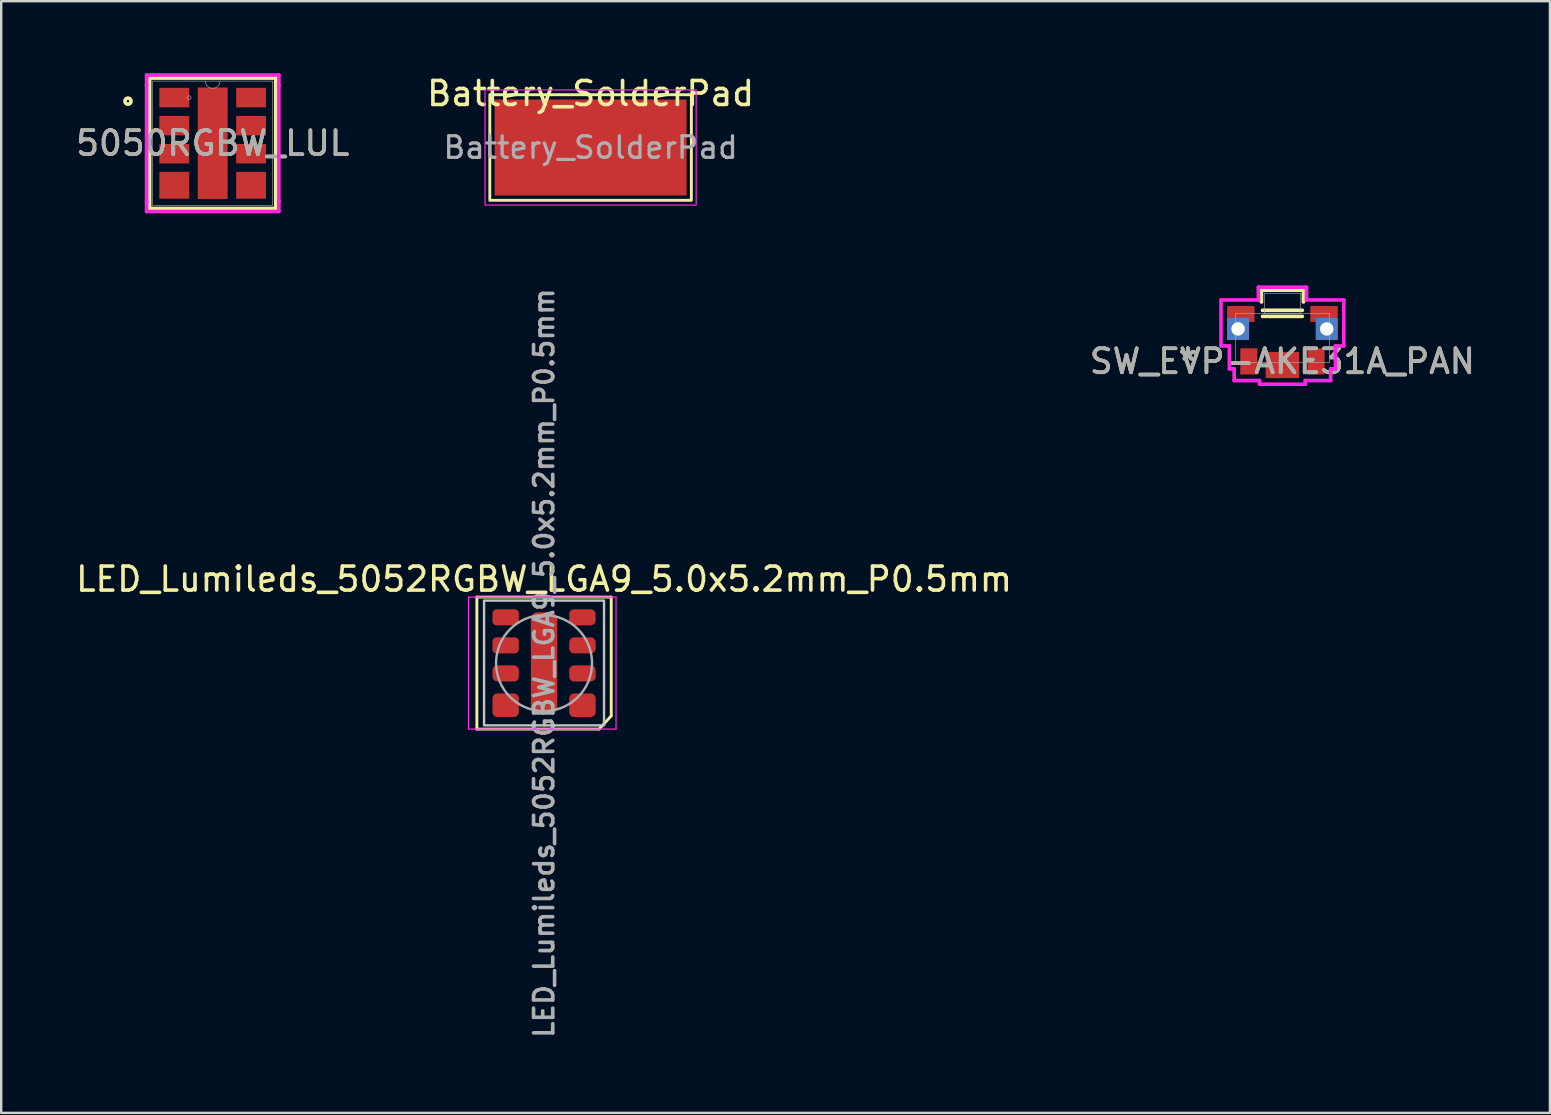
<source format=kicad_pcb>
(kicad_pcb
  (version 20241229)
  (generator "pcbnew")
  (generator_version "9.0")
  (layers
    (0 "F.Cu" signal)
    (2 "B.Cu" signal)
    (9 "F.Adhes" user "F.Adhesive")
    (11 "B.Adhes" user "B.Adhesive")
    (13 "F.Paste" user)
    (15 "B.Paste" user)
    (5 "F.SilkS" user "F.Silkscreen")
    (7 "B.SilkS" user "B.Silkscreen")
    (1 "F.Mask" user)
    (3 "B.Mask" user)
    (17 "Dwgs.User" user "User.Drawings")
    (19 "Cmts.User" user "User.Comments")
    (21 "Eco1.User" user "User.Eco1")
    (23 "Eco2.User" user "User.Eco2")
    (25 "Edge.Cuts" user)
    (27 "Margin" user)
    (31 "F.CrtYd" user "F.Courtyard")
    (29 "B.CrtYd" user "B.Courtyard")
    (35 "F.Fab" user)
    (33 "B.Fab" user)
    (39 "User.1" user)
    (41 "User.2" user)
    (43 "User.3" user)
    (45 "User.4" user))
  (footprint "5050RGBW_LUL"
    (layer "F.Cu")
    (at 5.815 2.921)
    (property "Reference" "5050RGBW_LUL" (at 0 0 0) (unlocked yes) (layer "F.SilkS") (effects (font (size 1 1) (thickness 0.15))))
    (attr smd)
    (fp_line (start -2.629 -2.718) (end -2.629 2.718) (stroke (width 0.152) (type solid)) (layer "F.SilkS"))
    (fp_line (start -2.629 2.718) (end 2.629 2.718) (stroke (width 0.152) (type solid)) (layer "F.SilkS"))
    (fp_line (start 2.629 -2.718) (end -2.629 -2.718) (stroke (width 0.152) (type solid)) (layer "F.SilkS"))
    (fp_line (start 2.629 2.718) (end 2.629 -2.718) (stroke (width 0.152) (type solid)) (layer "F.SilkS"))
    (fp_circle (center -3.531 -1.755) (end -3.404 -1.755) (stroke (width 0.152) (type solid)) (fill no) (layer "F.SilkS"))
    (fp_poly (pts (xy -0.522 -2.224) (xy -0.522 -0.875) (xy 0.522 -0.875) (xy 0.522 -2.224)) (stroke (width 0) (type solid)) (fill yes) (layer "F.Paste"))
    (fp_poly (pts (xy -0.522 -0.675) (xy -0.522 0.675) (xy 0.522 0.675) (xy 0.522 -0.675)) (stroke (width 0) (type solid)) (fill yes) (layer "F.Paste"))
    (fp_poly (pts (xy -0.522 0.875) (xy -0.522 2.224) (xy 0.522 2.224) (xy 0.522 0.875)) (stroke (width 0) (type solid)) (fill yes) (layer "F.Paste"))
    (fp_line (start -2.756 -2.845) (end 2.756 -2.845) (stroke (width 0.152) (type solid)) (layer "F.CrtYd"))
    (fp_line (start -2.756 -2.415) (end -2.756 -2.845) (stroke (width 0.152) (type solid)) (layer "F.CrtYd"))
    (fp_line (start -2.756 -2.415) (end -2.756 -2.415) (stroke (width 0.152) (type solid)) (layer "F.CrtYd"))
    (fp_line (start -2.756 2.415) (end -2.756 -2.415) (stroke (width 0.152) (type solid)) (layer "F.CrtYd"))
    (fp_line (start -2.756 2.415) (end -2.756 2.415) (stroke (width 0.152) (type solid)) (layer "F.CrtYd"))
    (fp_line (start -2.756 2.845) (end -2.756 2.415) (stroke (width 0.152) (type solid)) (layer "F.CrtYd"))
    (fp_line (start 2.756 -2.845) (end 2.756 -2.415) (stroke (width 0.152) (type solid)) (layer "F.CrtYd"))
    (fp_line (start 2.756 -2.415) (end 2.756 -2.415) (stroke (width 0.152) (type solid)) (layer "F.CrtYd"))
    (fp_line (start 2.756 -2.415) (end 2.756 2.415) (stroke (width 0.152) (type solid)) (layer "F.CrtYd"))
    (fp_line (start 2.756 2.415) (end 2.756 2.415) (stroke (width 0.152) (type solid)) (layer "F.CrtYd"))
    (fp_line (start 2.756 2.415) (end 2.756 2.845) (stroke (width 0.152) (type solid)) (layer "F.CrtYd"))
    (fp_line (start 2.756 2.845) (end -2.756 2.845) (stroke (width 0.152) (type solid)) (layer "F.CrtYd"))
    (fp_line (start -2.502 -2.591) (end -2.502 2.591) (stroke (width 0.025) (type solid)) (layer "F.Fab"))
    (fp_line (start -2.502 2.591) (end 2.502 2.591) (stroke (width 0.025) (type solid)) (layer "F.Fab"))
    (fp_line (start 2.502 -2.591) (end -2.502 -2.591) (stroke (width 0.025) (type solid)) (layer "F.Fab"))
    (fp_line (start 2.502 2.591) (end 2.502 -2.591) (stroke (width 0.025) (type solid)) (layer "F.Fab"))
    (fp_arc (start 0.3048 -2.5908) (mid 0 -2.286) (end -0.3048 -2.5908) (stroke (width 0.0254) (type solid)) (layer "F.Fab"))
    (fp_circle (center -0.978 -1.904) (end -0.902 -1.904) (stroke (width 0.025) (type solid)) (fill no) (layer "F.Fab"))
    (fp_text user "${REFERENCE}" (at 0 0 0) (unlocked yes) (layer "F.Fab") (effects (font (size 1 1) (thickness 0.15))))
    (pad "1" smd rect (at -1.6 -1.904) (size 1.245 0.813) (layers "F.Cu" "F.Mask" "F.Paste"))
    (pad "2" smd rect (at 1.6 -1.904) (size 1.245 0.813) (layers "F.Cu" "F.Mask" "F.Paste"))
    (pad "3" smd rect (at -1.6 -0.734) (size 1.245 0.813) (layers "F.Cu" "F.Mask" "F.Paste"))
    (pad "4" smd rect (at 1.6 -0.734) (size 1.245 0.813) (layers "F.Cu" "F.Mask" "F.Paste"))
    (pad "5" smd rect (at -1.6 0.436) (size 1.245 0.813) (layers "F.Cu" "F.Mask" "F.Paste"))
    (pad "6" smd rect (at 1.6 0.436) (size 1.245 0.813) (layers "F.Cu" "F.Mask" "F.Paste"))
    (pad "7" smd rect (at -1.6 1.751) (size 1.245 1.118) (layers "F.Cu" "F.Mask" "F.Paste"))
    (pad "8" smd rect (at 1.6 1.751) (size 1.245 1.118) (layers "F.Cu" "F.Mask" "F.Paste"))
    (pad "9" smd rect (at 0 0) (size 1.245 4.648) (layers "F.Cu" "F.Mask")))
  (footprint "LED_Lumileds_5052RGBW_LGA9_5.0x5.2mm_P0.5mm"
    (layer "F.Cu")
    (at 18.025 24.182)
    (property "Reference" "LED_Lumileds_5052RGBW_LGA9_5.0x5.2mm_P0.5mm" (at 1.6 -3.095 0) (layer "F.SilkS") (effects (font (size 1 1) (thickness 0.15))))
    (attr smd)
    (fp_line (start -1.2 -2.345) (end -1.2 3.15) (stroke (width 0.12) (type default)) (layer "F.SilkS"))
    (fp_line (start 3.895 3.155) (end -1.2 3.155) (stroke (width 0.12) (type solid)) (layer "F.SilkS"))
    (fp_line (start 4.4 -2.345) (end -1.2 -2.345) (stroke (width 0.12) (type solid)) (layer "F.SilkS"))
    (fp_line (start 4.4 2.605) (end 3.9 3.15) (stroke (width 0.12) (type default)) (layer "F.SilkS"))
    (fp_line (start 4.4 2.605) (end 4.4 -2.345) (stroke (width 0.12) (type solid)) (layer "F.SilkS"))
    (fp_rect (start -0.9 -2.2) (end 4.1 3) (stroke (width 0.1) (type solid)) (fill no) (layer "Dwgs.User"))
    (fp_line (start -1.55 -2.345) (end -1.55 3.15) (stroke (width 0.05) (type solid)) (layer "F.CrtYd"))
    (fp_line (start -1.55 3.155) (end 4.6 3.155) (stroke (width 0.05) (type solid)) (layer "F.CrtYd"))
    (fp_line (start 4.6 -2.345) (end -1.55 -2.345) (stroke (width 0.05) (type solid)) (layer "F.CrtYd"))
    (fp_line (start 4.6 3.155) (end 4.6 -2.345) (stroke (width 0.05) (type solid)) (layer "F.CrtYd"))
    (fp_circle (center 1.6 0.405) (end 1.6 -1.595) (stroke (width 0.1) (type solid)) (fill no) (layer "F.Fab"))
    (fp_text user "${REFERENCE}" (at 1.6 0.405 90) (layer "F.Fab") (effects (font (size 0.8 0.8) (thickness 0.15))))
    (pad "1" smd roundrect (at 0 -1.505) (size 1.1 0.67) (layers "F.Cu" "F.Mask" "F.Paste") (roundrect_rratio 0.25))
    (pad "2" smd roundrect (at 3.2 -1.505) (size 1.1 0.67) (layers "F.Cu" "F.Mask" "F.Paste") (roundrect_rratio 0.299))
    (pad "3" smd roundrect (at 0 -0.335) (size 1.1 0.67) (layers "F.Cu" "F.Mask" "F.Paste") (roundrect_rratio 0.25))
    (pad "4" smd roundrect (at 3.2 -0.335) (size 1.1 0.67) (layers "F.Cu" "F.Mask" "F.Paste") (roundrect_rratio 0.299))
    (pad "5" smd roundrect (at 0 0.835) (size 1.1 0.67) (layers "F.Cu" "F.Mask" "F.Paste") (roundrect_rratio 0.299))
    (pad "6" smd roundrect (at 3.2 0.835) (size 1.1 0.67) (layers "F.Cu" "F.Mask" "F.Paste") (roundrect_rratio 0.299))
    (pad "7" smd roundrect (at 0 2.16) (size 1.1 0.98) (layers "F.Cu" "F.Mask" "F.Paste") (roundrect_rratio 0.204))
    (pad "8" smd roundrect (at 3.2 2.16) (size 1.1 0.98) (layers "F.Cu" "F.Mask" "F.Paste") (roundrect_rratio 0.204))
    (pad "9" smd roundrect (at 1.6 0.405) (size 1.1 4.24) (layers "F.Cu" "F.Mask" "F.Paste") (roundrect_rratio 0.25)))
  (footprint "SW_EVP-AKE31A_PAN"
    (layer "F.Cu")
    (at 50.399 11.039)
    (property "Reference" "SW_EVP-AKE31A_PAN" (at 0 0.972 0) (unlocked yes) (layer "F.SilkS") (effects (font (size 1 1) (thickness 0.15))))
    (attr smd)
    (fp_poly (pts (xy -1.162 -1.333) (xy -2.305 -1.333) (xy -2.305 -0.673) (xy -1.162 -0.673)) (stroke (width 0) (type solid)) (fill yes) (layer "F.Cu"))
    (fp_poly (pts (xy 2.305 -1.333) (xy 1.162 -1.333) (xy 1.162 -0.673) (xy 2.305 -0.673)) (stroke (width 0) (type solid)) (fill yes) (layer "F.Cu"))
    (fp_poly (pts (xy -1.162 -1.333) (xy -2.305 -1.333) (xy -2.305 -0.673) (xy -1.162 -0.673)) (stroke (width 0) (type solid)) (fill yes) (layer "F.Mask"))
    (fp_poly (pts (xy 2.305 -1.333) (xy 1.162 -1.333) (xy 1.162 -0.673) (xy 2.305 -0.673)) (stroke (width 0) (type solid)) (fill yes) (layer "F.Mask"))
    (fp_line (start -0.876 -1.994) (end -0.876 -1.504) (stroke (width 0.152) (type solid)) (layer "F.SilkS"))
    (fp_line (start -0.829 -0.902) (end 0.829 -0.902) (stroke (width 0.152) (type solid)) (layer "F.SilkS"))
    (fp_line (start 0.829 -1.156) (end -0.829 -1.156) (stroke (width 0.152) (type solid)) (layer "F.SilkS"))
    (fp_line (start 0.876 -1.994) (end -0.876 -1.994) (stroke (width 0.152) (type solid)) (layer "F.SilkS"))
    (fp_line (start 0.876 -1.504) (end 0.876 -1.994) (stroke (width 0.152) (type solid)) (layer "F.SilkS"))
    (fp_poly (pts (xy -1.162 -1.333) (xy -2.305 -1.333) (xy -2.305 -0.673) (xy -1.162 -0.673)) (stroke (width 0) (type solid)) (fill yes) (layer "F.Paste"))
    (fp_poly (pts (xy 2.305 -1.333) (xy 1.162 -1.333) (xy 1.162 -0.673) (xy 2.305 -0.673)) (stroke (width 0) (type solid)) (fill yes) (layer "F.Paste"))
    (fp_line (start -2.559 -1.587) (end -2.559 0.33) (stroke (width 0.152) (type solid)) (layer "F.CrtYd"))
    (fp_line (start -2.559 0.33) (end -2.21 0.33) (stroke (width 0.152) (type solid)) (layer "F.CrtYd"))
    (fp_line (start -2.21 0.33) (end -2.21 1.283) (stroke (width 0.152) (type solid)) (layer "F.CrtYd"))
    (fp_line (start -2.21 1.283) (end -2.01 1.283) (stroke (width 0.152) (type solid)) (layer "F.CrtYd"))
    (fp_line (start -2.01 1.283) (end -2.01 1.772) (stroke (width 0.152) (type solid)) (layer "F.CrtYd"))
    (fp_line (start -2.01 1.772) (end -0.953 1.772) (stroke (width 0.152) (type solid)) (layer "F.CrtYd"))
    (fp_line (start -1.003 -2.121) (end -1.003 -1.587) (stroke (width 0.152) (type solid)) (layer "F.CrtYd"))
    (fp_line (start -1.003 -1.587) (end -2.559 -1.587) (stroke (width 0.152) (type solid)) (layer "F.CrtYd"))
    (fp_line (start -0.953 1.772) (end -0.953 1.924) (stroke (width 0.152) (type solid)) (layer "F.CrtYd"))
    (fp_line (start -0.953 1.924) (end 0.953 1.924) (stroke (width 0.152) (type solid)) (layer "F.CrtYd"))
    (fp_line (start 0.953 1.772) (end 2.01 1.772) (stroke (width 0.152) (type solid)) (layer "F.CrtYd"))
    (fp_line (start 0.953 1.924) (end 0.953 1.772) (stroke (width 0.152) (type solid)) (layer "F.CrtYd"))
    (fp_line (start 1.003 -2.121) (end -1.003 -2.121) (stroke (width 0.152) (type solid)) (layer "F.CrtYd"))
    (fp_line (start 1.003 -1.587) (end 1.003 -2.121) (stroke (width 0.152) (type solid)) (layer "F.CrtYd"))
    (fp_line (start 2.01 1.283) (end 2.21 1.283) (stroke (width 0.152) (type solid)) (layer "F.CrtYd"))
    (fp_line (start 2.01 1.772) (end 2.01 1.283) (stroke (width 0.152) (type solid)) (layer "F.CrtYd"))
    (fp_line (start 2.21 0.33) (end 2.559 0.33) (stroke (width 0.152) (type solid)) (layer "F.CrtYd"))
    (fp_line (start 2.21 1.283) (end 2.21 0.33) (stroke (width 0.152) (type solid)) (layer "F.CrtYd"))
    (fp_line (start 2.559 -1.587) (end 1.003 -1.587) (stroke (width 0.152) (type solid)) (layer "F.CrtYd"))
    (fp_line (start 2.559 0.33) (end 2.559 -1.587) (stroke (width 0.152) (type solid)) (layer "F.CrtYd"))
    (fp_line (start -1.956 -1.029) (end -1.956 1.029) (stroke (width 0.025) (type solid)) (layer "F.Fab"))
    (fp_line (start -1.956 1.029) (end 1.956 1.029) (stroke (width 0.025) (type solid)) (layer "F.Fab"))
    (fp_line (start -0.749 -1.867) (end -0.749 -1.029) (stroke (width 0.025) (type solid)) (layer "F.Fab"))
    (fp_line (start -0.749 -1.029) (end 0.749 -1.029) (stroke (width 0.025) (type solid)) (layer "F.Fab"))
    (fp_line (start 0.749 -1.867) (end -0.749 -1.867) (stroke (width 0.025) (type solid)) (layer "F.Fab"))
    (fp_line (start 0.749 -1.029) (end 0.749 -1.867) (stroke (width 0.025) (type solid)) (layer "F.Fab"))
    (fp_line (start 1.956 -1.029) (end -1.956 -1.029) (stroke (width 0.025) (type solid)) (layer "F.Fab"))
    (fp_line (start 1.956 1.029) (end 1.956 -1.029) (stroke (width 0.025) (type solid)) (layer "F.Fab"))
    (fp_text user "*" (at -3.94 0.972 0) (layer "F.SilkS") (effects (font (size 1 1) (thickness 0.15))))
    (fp_text user "*" (at -3.94 0.972 0) (unlocked yes) (layer "F.SilkS") (effects (font (size 1 1) (thickness 0.15))))
    (fp_text user "${REFERENCE}" (at 0 0.972 0) (unlocked yes) (layer "F.Fab") (effects (font (size 1 1) (thickness 0.15))))
    (fp_text user "*" (at -3.94 0.972 0) (layer "F.Fab") (effects (font (size 1 1) (thickness 0.15))))
    (fp_text user "*" (at -3.94 0.972 0) (unlocked yes) (layer "F.Fab") (effects (font (size 1 1) (thickness 0.15))))
    (pad "1" smd rect (at -1.4 0.972) (size 0.711 1.092) (layers "F.Cu" "F.Mask" "F.Paste"))
    (pad "2" smd rect (at 1.4 0.972) (size 0.711 1.092) (layers "F.Cu" "F.Mask" "F.Paste"))
    (pad "3" thru_hole rect (at -1.848 -0.381) (size 0.914 0.914) (drill 0.559) (layers "*.Cu" "*.Mask"))
    (pad "4" thru_hole rect (at 1.848 -0.381) (size 0.914 0.914) (drill 0.559) (layers "*.Cu" "*.Mask"))
    (pad "5" smd rect (at 0 1.124) (size 1.397 1.092) (layers "F.Cu" "F.Mask" "F.Paste")))
  (footprint "Battery_SolderPad"
    (layer "F.Cu")
    (at 21.565 3.098)
    (property "Reference" "Battery_SolderPad" (at 0 -2.25 0) (layer "F.SilkS") (effects (font (size 1 1) (thickness 0.15))))
    (attr smd)
    (fp_rect (start -4.2 -2.2) (end 4.2 2.2) (stroke (width 0.12) (type solid)) (fill no) (layer "F.SilkS"))
    (fp_rect (start -4.4 -2.4) (end 4.4 2.4) (stroke (width 0.05) (type solid)) (fill no) (layer "F.CrtYd"))
    (fp_text user "${REFERENCE}" (at 0 0 0) (layer "F.Fab") (effects (font (size 0.9 0.9) (thickness 0.135))))
    (pad "1" smd rect (at 0 0) (size 8 4) (layers "F.Cu" "F.Mask")))
  (gr_rect
    (start -3 -3)
    (end 61.548 43.332)
    (stroke (width 0.1) (type default))
    (fill no)
    (layer "Edge.Cuts")))
</source>
